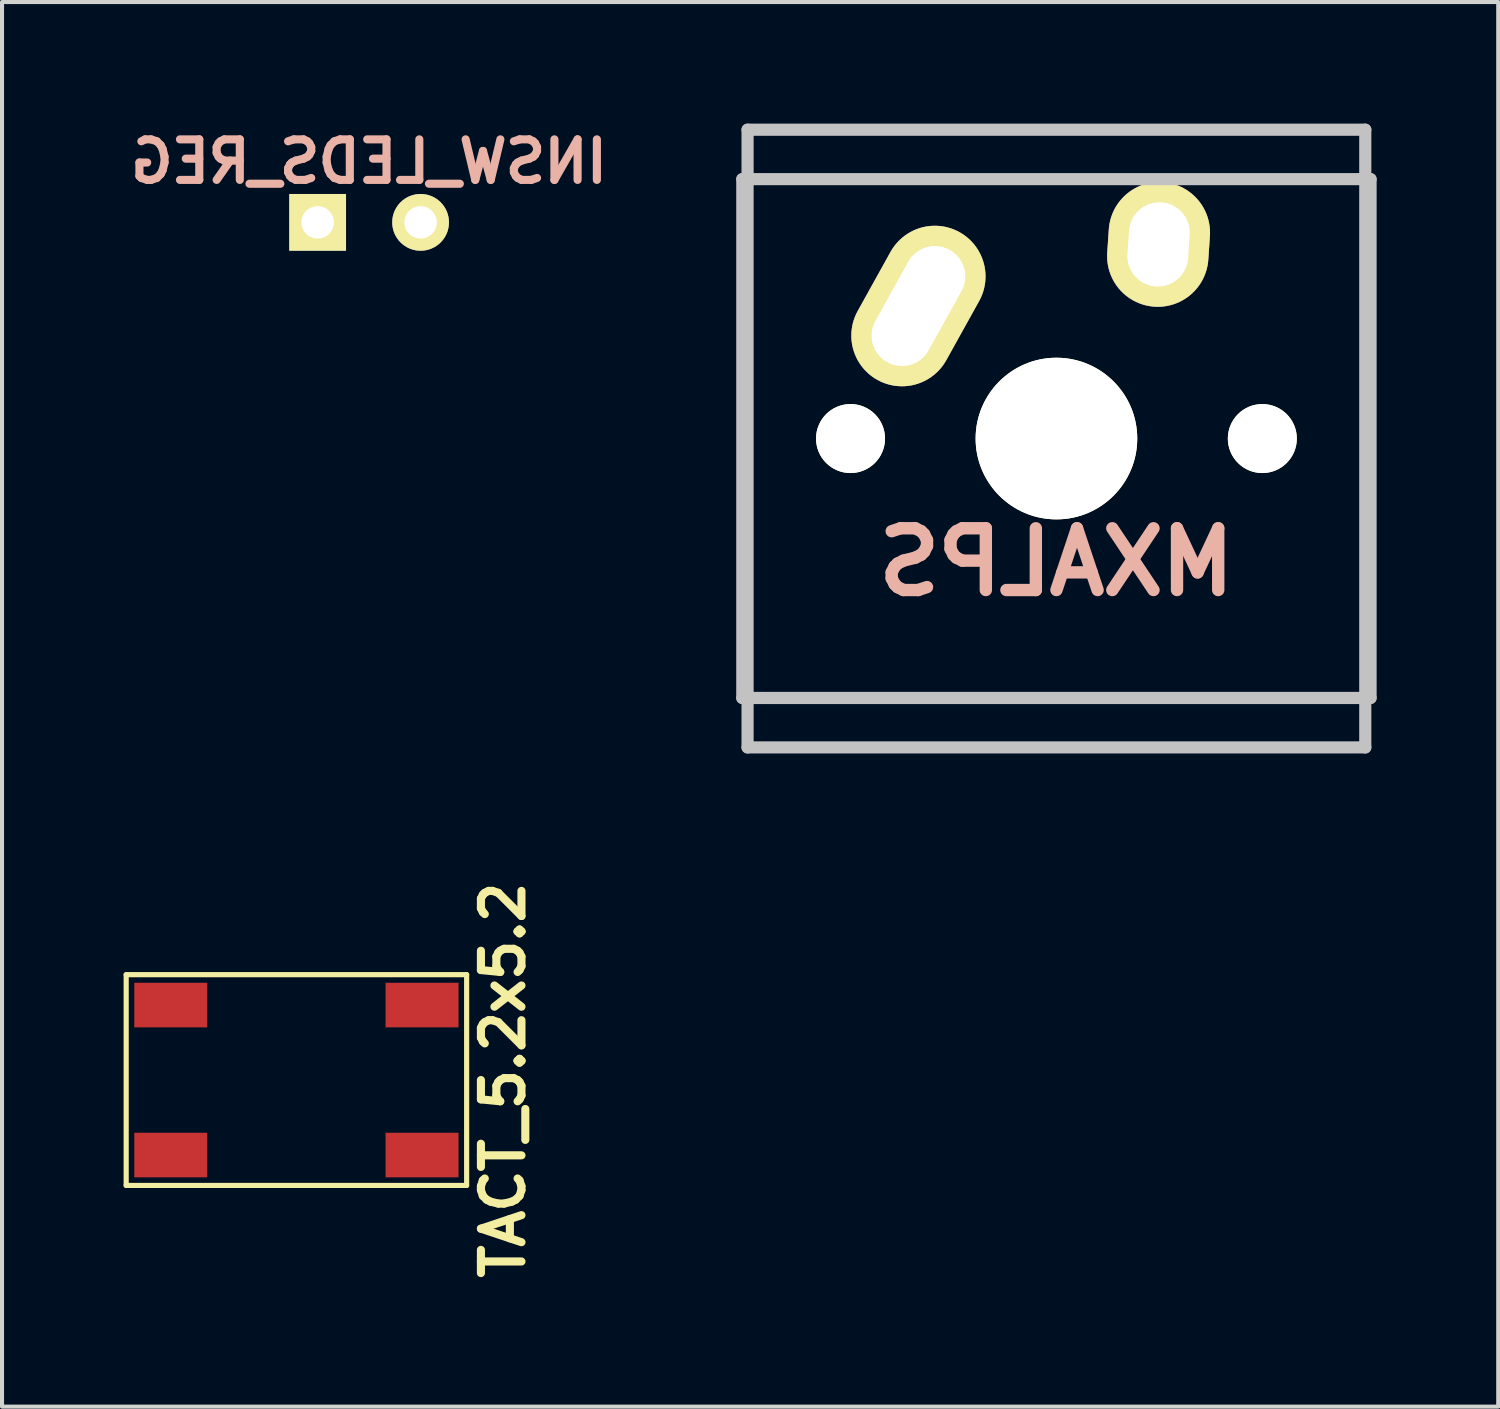
<source format=kicad_pcb>
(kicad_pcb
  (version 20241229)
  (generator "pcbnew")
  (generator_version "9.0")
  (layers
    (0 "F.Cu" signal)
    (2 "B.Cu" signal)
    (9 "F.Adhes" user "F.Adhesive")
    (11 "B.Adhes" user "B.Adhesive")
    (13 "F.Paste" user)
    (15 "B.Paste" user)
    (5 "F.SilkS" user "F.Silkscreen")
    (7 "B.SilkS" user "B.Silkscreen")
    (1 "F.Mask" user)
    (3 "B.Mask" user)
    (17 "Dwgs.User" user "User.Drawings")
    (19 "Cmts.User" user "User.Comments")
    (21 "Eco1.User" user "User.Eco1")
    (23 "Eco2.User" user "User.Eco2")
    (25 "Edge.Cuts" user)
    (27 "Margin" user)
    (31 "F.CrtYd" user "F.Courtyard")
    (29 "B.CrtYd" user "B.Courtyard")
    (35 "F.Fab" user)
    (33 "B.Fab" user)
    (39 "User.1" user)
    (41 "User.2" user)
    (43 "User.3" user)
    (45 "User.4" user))
  (footprint "TACT_5.2x5.2"
    (layer "F.Cu")
    (at 4.263 23.597)
    (property "Reference" "TACT_5.2x5.2" (at 5.1 0 90) (layer "F.SilkS") (effects (font (size 1 1) (thickness 0.2))))
    (attr smd)
    (fp_line (start -4.2 -2.6) (end 4.2 -2.6) (stroke (width 0.127) (type solid)) (layer "F.SilkS"))
    (fp_line (start -4.2 2.6) (end -4.2 -2.6) (stroke (width 0.127) (type solid)) (layer "F.SilkS"))
    (fp_line (start 4.2 -2.6) (end 4.2 2.6) (stroke (width 0.127) (type solid)) (layer "F.SilkS"))
    (fp_line (start 4.2 2.6) (end -4.2 2.6) (stroke (width 0.127) (type solid)) (layer "F.SilkS"))
    (pad "1" smd rect (at -3.1 -1.85) (size 1.8 1.1) (layers "F.Cu" "F.Mask" "F.Paste"))
    (pad "2" smd rect (at 3.1 -1.85) (size 1.8 1.1) (layers "F.Cu" "F.Mask" "F.Paste"))
    (pad "3" smd rect (at -3.1 1.85) (size 1.8 1.1) (layers "F.Cu" "F.Mask" "F.Paste"))
    (pad "4" smd rect (at 3.1 1.85) (size 1.8 1.1) (layers "F.Cu" "F.Mask" "F.Paste")))
  (footprint "INSW_LEDS_REG"
    (layer "F.Cu")
    (at 6.057 2.436)
    (property "Reference" "INSW_LEDS_REG" (at 0 -1.5 0) (layer "B.SilkS") (effects (font (size 1 1) (thickness 0.2)) (justify mirror)))
    (attr smd)
    (pad "1" thru_hole rect (at -1.27 0) (size 1.4 1.4) (drill 0.8) (layers "*.Cu" "*.Mask" "F.SilkS"))
    (pad "2" thru_hole oval (at 1.27 0) (size 1.4 1.4) (drill 0.8) (layers "*.Cu" "*.Mask" "F.SilkS")))
  (footprint "MXALPS"
    (layer "F.Cu")
    (at 23.014 7.77)
    (property "Reference" "MXALPS" (at 0 3.048 0) (layer "B.SilkS") (effects (font (size 1.524 1.524) (thickness 0.305)) (justify mirror)))
    (attr through_hole)
    (fp_line (start -7.75 6.4) (end -7.75 -6.4) (stroke (width 0.3) (type solid)) (layer "Dwgs.User"))
    (fp_line (start -7.75 6.4) (end 7.75 6.4) (stroke (width 0.3) (type solid)) (layer "Dwgs.User"))
    (fp_line (start -7.62 -7.62) (end 7.62 -7.62) (stroke (width 0.3) (type solid)) (layer "Dwgs.User"))
    (fp_line (start -7.62 7.62) (end -7.62 -7.62) (stroke (width 0.3) (type solid)) (layer "Dwgs.User"))
    (fp_line (start 7.62 -7.62) (end 7.62 7.62) (stroke (width 0.3) (type solid)) (layer "Dwgs.User"))
    (fp_line (start 7.62 7.62) (end -7.62 7.62) (stroke (width 0.3) (type solid)) (layer "Dwgs.User"))
    (fp_line (start 7.75 -6.4) (end -7.75 -6.4) (stroke (width 0.3) (type solid)) (layer "Dwgs.User"))
    (fp_line (start 7.75 6.4) (end 7.75 -6.4) (stroke (width 0.3) (type solid)) (layer "Dwgs.User"))
    (pad "" np_thru_hole circle (at -5.08 0) (size 1.702 1.702) (drill 1.702) (layers "*.Cu" "*.Mask" "F.SilkS"))
    (pad "" np_thru_hole circle (at 0 0) (size 3.988 3.988) (drill 3.988) (layers "*.Cu" "*.Mask" "F.SilkS"))
    (pad "" np_thru_hole circle (at 5.08 0) (size 1.702 1.702) (drill 1.702) (layers "*.Cu" "*.Mask" "F.SilkS"))
    (pad "1" thru_hole oval (at -3.405 -3.27 330.95) (size 2.5 4.17) (drill oval 1.5 3.17) (layers "*.Cu" "*.Mask" "F.SilkS"))
    (pad "2" thru_hole oval (at 2.52 -4.79 356.1) (size 2.5 3.08) (drill oval 1.5 2.08) (layers "*.Cu" "*.Mask" "F.SilkS")))
  (gr_rect
    (start -3 -3)
    (end 33.914 31.654)
    (stroke (width 0.1) (type default))
    (fill no)
    (layer "Edge.Cuts")))
</source>
